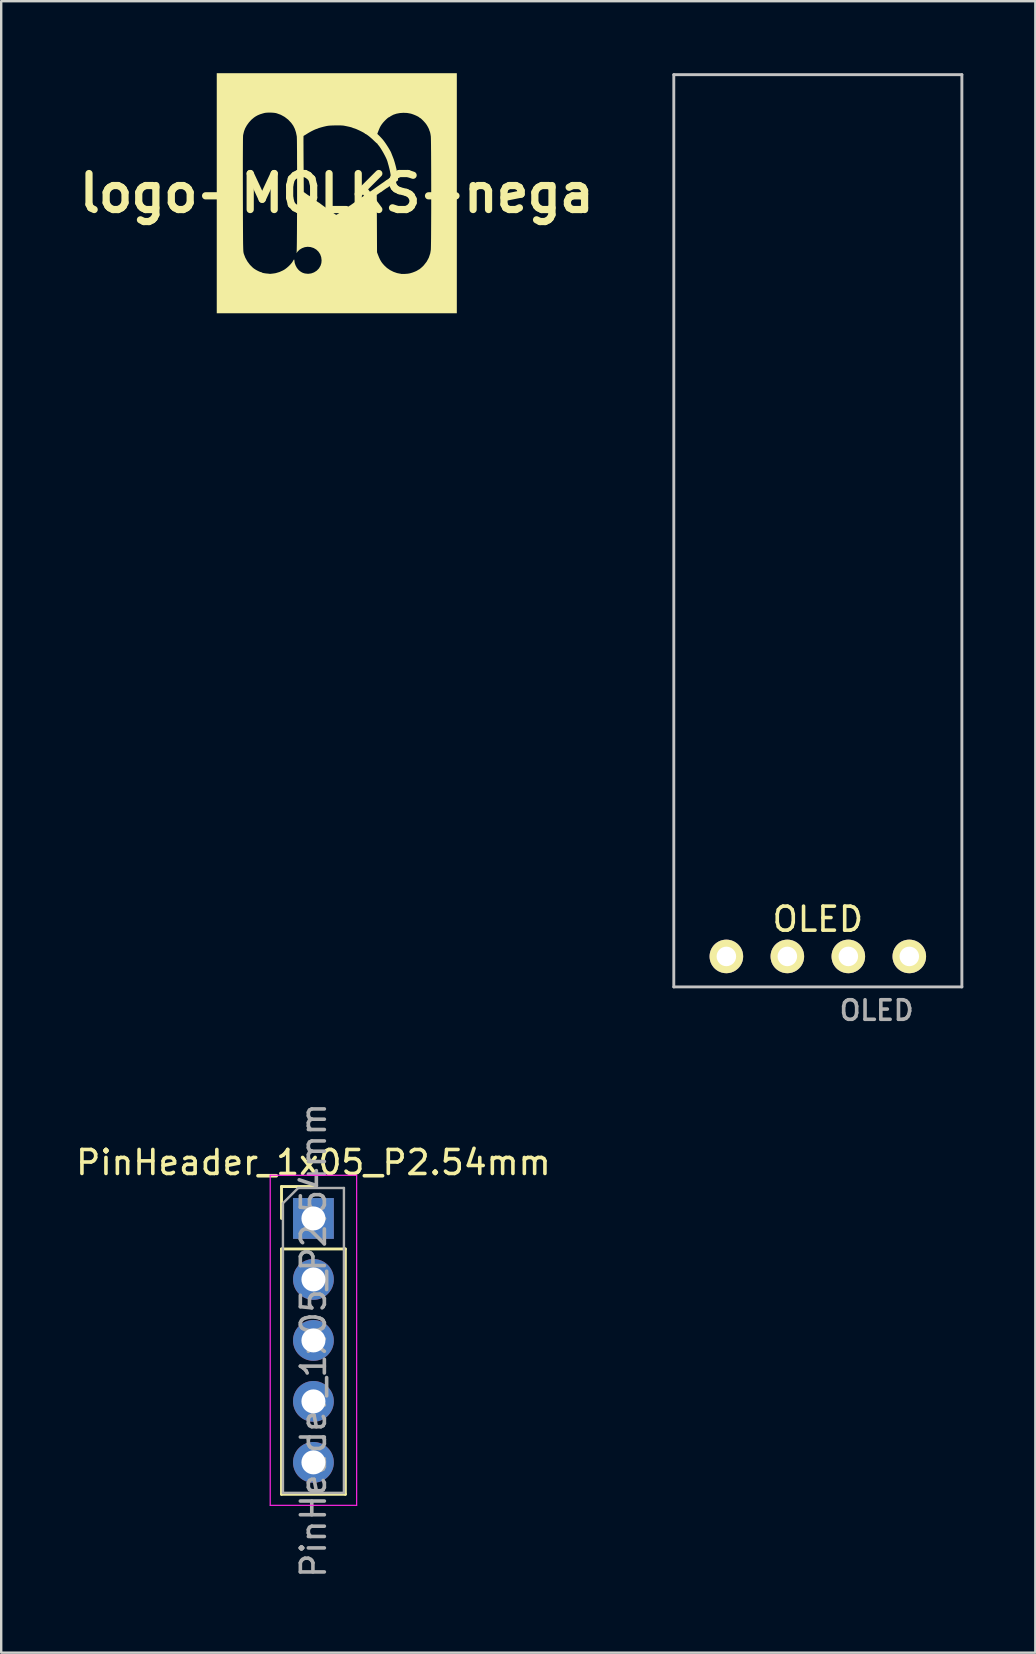
<source format=kicad_pcb>
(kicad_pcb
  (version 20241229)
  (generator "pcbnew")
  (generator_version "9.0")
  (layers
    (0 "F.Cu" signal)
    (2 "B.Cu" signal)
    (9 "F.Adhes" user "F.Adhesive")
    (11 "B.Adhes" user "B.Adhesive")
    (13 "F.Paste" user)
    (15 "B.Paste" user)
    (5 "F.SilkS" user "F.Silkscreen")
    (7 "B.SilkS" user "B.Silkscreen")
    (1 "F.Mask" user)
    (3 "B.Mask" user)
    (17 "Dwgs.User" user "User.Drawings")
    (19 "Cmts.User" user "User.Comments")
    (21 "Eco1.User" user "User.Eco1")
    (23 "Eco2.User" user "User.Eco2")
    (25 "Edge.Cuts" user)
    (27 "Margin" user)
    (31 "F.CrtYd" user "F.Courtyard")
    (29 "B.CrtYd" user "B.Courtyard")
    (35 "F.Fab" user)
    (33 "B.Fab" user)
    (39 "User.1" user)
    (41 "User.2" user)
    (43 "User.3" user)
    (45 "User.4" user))
  (footprint "OLED"
    (layer "F.Cu")
    (at 31.017 36.79)
    (property "Reference" "OLED" (at 2.45 2.25 180) (layer "F.Fab") (effects (font (size 0.813 0.813) (thickness 0.15))))
    (attr through_hole)
    (fp_line (start -6 -36.73) (end 6 -36.73) (stroke (width 0.12) (type solid)) (layer "Dwgs.User"))
    (fp_line (start -6 1.27) (end -6 -36.73) (stroke (width 0.12) (type solid)) (layer "Dwgs.User"))
    (fp_line (start -6 1.27) (end 6 1.27) (stroke (width 0.12) (type solid)) (layer "Dwgs.User"))
    (fp_line (start 6 -36.73) (end 6 1.27) (stroke (width 0.12) (type solid)) (layer "Dwgs.User"))
    (fp_text user "OLED" (at 0 -1.55 0) (layer "F.SilkS") (effects (font (size 1 1) (thickness 0.15))))
    (pad "1" thru_hole circle (at -3.81 0) (size 1.397 1.397) (drill 0.813) (layers "*.Cu" "B.Mask" "F.SilkS"))
    (pad "2" thru_hole circle (at -1.27 0) (size 1.397 1.397) (drill 0.813) (layers "*.Cu" "B.Mask" "F.SilkS"))
    (pad "3" thru_hole circle (at 1.27 0) (size 1.397 1.397) (drill 0.813) (layers "*.Cu" "B.Mask" "F.SilkS"))
    (pad "4" thru_hole circle (at 3.81 0) (size 1.397 1.397) (drill 0.813) (layers "*.Cu" "B.Mask" "F.SilkS")))
  (footprint "logo-MOLKS-nega"
    (layer "F.Cu")
    (at 10.979 5)
    (property "Reference" "logo-MOLKS-nega" (at 0 0 0) (layer "F.SilkS") (effects (font (size 1.5 1.5) (thickness 0.3))))
    (attr board_only exclude_from_pos_files exclude_from_bom)
    (fp_poly (pts (xy 5 0) (xy 5 5) (xy 0 5) (xy -5 5) (xy -5 0) (xy -5 -0.816) (xy -3.913 -0.816) (xy -3.913 -0.507) (xy -3.912 -0.176) (xy -3.912 0.025) (xy -3.911 0.354) (xy -3.91 0.651) (xy -3.91 0.919) (xy -3.909 1.158) (xy -3.908 1.37) (xy -3.907 1.558) (xy -3.906 1.723) (xy -3.905 1.866) (xy -3.904 1.989) (xy -3.903 2.094) (xy -3.901 2.182) (xy -3.899 2.256) (xy -3.897 2.317) (xy -3.895 2.366) (xy -3.893 2.406) (xy -3.89 2.438) (xy -3.886 2.463) (xy -3.883 2.484) (xy -3.878 2.502) (xy -3.874 2.519) (xy -3.872 2.525) (xy -3.811 2.685) (xy -3.724 2.84) (xy -3.618 2.981) (xy -3.498 3.1) (xy -3.45 3.138) (xy -3.398 3.172) (xy -3.335 3.209) (xy -3.271 3.242) (xy -3.214 3.268) (xy -3.174 3.282) (xy -3.164 3.283) (xy -3.134 3.291) (xy -3.126 3.298) (xy -3.1 3.313) (xy -3.041 3.327) (xy -2.952 3.34) (xy -2.9 3.345) (xy -2.844 3.35) (xy -2.804 3.355) (xy -2.788 3.358) (xy -2.77 3.357) (xy -2.73 3.353) (xy -2.677 3.347) (xy -2.621 3.34) (xy -2.571 3.332) (xy -2.542 3.327) (xy -2.386 3.28) (xy -2.239 3.213) (xy -2.161 3.167) (xy -2.081 3.106) (xy -2 3.035) (xy -1.926 2.96) (xy -1.866 2.887) (xy -1.826 2.825) (xy -1.825 2.822) (xy -1.799 2.775) (xy -1.78 2.759) (xy -1.769 2.775) (xy -1.766 2.803) (xy -1.753 2.904) (xy -1.715 3.01) (xy -1.66 3.111) (xy -1.591 3.195) (xy -1.561 3.223) (xy -1.493 3.274) (xy -1.432 3.308) (xy -1.365 3.332) (xy -1.32 3.343) (xy -1.195 3.356) (xy -1.068 3.34) (xy -0.947 3.296) (xy -0.838 3.227) (xy -0.749 3.137) (xy -0.739 3.123) (xy -0.677 3.017) (xy -0.643 2.909) (xy -0.633 2.795) (xy -0.649 2.661) (xy -0.693 2.539) (xy -0.763 2.433) (xy -0.854 2.346) (xy -0.964 2.281) (xy -1.09 2.241) (xy -1.216 2.23) (xy -1.334 2.246) (xy -1.448 2.288) (xy -1.551 2.351) (xy -1.634 2.431) (xy -1.665 2.475) (xy -1.677 2.493) (xy -1.679 2.484) (xy -1.673 2.45) (xy -1.671 2.423) (xy -1.669 2.365) (xy -1.667 2.278) (xy -1.665 2.165) (xy -1.663 2.028) (xy -1.662 1.869) (xy -1.66 1.691) (xy -1.659 1.496) (xy -1.658 1.286) (xy -1.657 1.064) (xy -1.656 0.832) (xy -1.655 0.593) (xy -1.654 0.348) (xy -1.654 0.1) (xy -1.654 -0.148) (xy -1.654 -0.395) (xy -1.654 -0.637) (xy -1.654 -0.873) (xy -1.654 -1.1) (xy -1.655 -1.317) (xy -1.656 -1.519) (xy -1.656 -1.706) (xy -1.658 -1.875) (xy -1.659 -2.024) (xy -1.66 -2.128) (xy -1.388 -2.128) (xy -1.387 -2.002) (xy -1.387 -1.857) (xy -1.386 -1.695) (xy -1.385 -1.518) (xy -1.384 -1.331) (xy -1.383 -1.205) (xy -1.375 -0.051) (xy -1.271 0.024) (xy -1.221 0.06) (xy -1.181 0.087) (xy -1.159 0.1) (xy -1.158 0.1) (xy -1.139 0.109) (xy -1.128 0.117) (xy -1.101 0.139) (xy -1.056 0.173) (xy -1 0.214) (xy -0.938 0.259) (xy -0.878 0.302) (xy -0.824 0.341) (xy -0.782 0.369) (xy -0.76 0.383) (xy -0.758 0.383) (xy -0.739 0.393) (xy -0.728 0.401) (xy -0.701 0.422) (xy -0.656 0.456) (xy -0.6 0.498) (xy -0.538 0.542) (xy -0.478 0.586) (xy -0.424 0.624) (xy -0.382 0.652) (xy -0.36 0.666) (xy -0.358 0.667) (xy -0.339 0.676) (xy -0.328 0.684) (xy -0.293 0.712) (xy -0.244 0.75) (xy -0.187 0.791) (xy -0.13 0.831) (xy -0.08 0.866) (xy -0.042 0.89) (xy -0.025 0.899) (xy -0.004 0.891) (xy 0.036 0.868) (xy 0.083 0.838) (xy 0.131 0.804) (xy 0.166 0.777) (xy 0.181 0.762) (xy 0.2 0.75) (xy 0.202 0.75) (xy 0.22 0.741) (xy 0.258 0.717) (xy 0.309 0.682) (xy 0.367 0.642) (xy 0.424 0.601) (xy 0.474 0.564) (xy 0.509 0.536) (xy 0.512 0.534) (xy 0.535 0.519) (xy 0.542 0.517) (xy 0.559 0.507) (xy 0.596 0.482) (xy 0.646 0.446) (xy 0.676 0.425) (xy 0.731 0.385) (xy 0.775 0.354) (xy 0.803 0.336) (xy 0.808 0.333) (xy 0.824 0.324) (xy 0.862 0.299) (xy 0.914 0.261) (xy 0.975 0.217) (xy 1.037 0.171) (xy 1.09 0.134) (xy 1.127 0.109) (xy 1.142 0.1) (xy 1.159 0.091) (xy 1.188 0.071) (xy 1.665 0.071) (xy 1.671 1.265) (xy 1.676 2.458) (xy 1.72 2.575) (xy 1.765 2.686) (xy 1.807 2.774) (xy 1.851 2.849) (xy 1.858 2.859) (xy 1.879 2.89) (xy 1.899 2.916) (xy 1.925 2.947) (xy 1.964 2.991) (xy 1.98 3.009) (xy 2.089 3.111) (xy 2.22 3.201) (xy 2.364 3.274) (xy 2.511 3.325) (xy 2.605 3.344) (xy 2.65 3.351) (xy 2.678 3.358) (xy 2.682 3.36) (xy 2.7 3.362) (xy 2.745 3.362) (xy 2.807 3.361) (xy 2.851 3.359) (xy 2.958 3.351) (xy 3.049 3.335) (xy 3.145 3.306) (xy 3.161 3.301) (xy 3.232 3.274) (xy 3.296 3.247) (xy 3.342 3.224) (xy 3.353 3.217) (xy 3.387 3.194) (xy 3.409 3.183) (xy 3.409 3.183) (xy 3.431 3.173) (xy 3.47 3.144) (xy 3.517 3.104) (xy 3.568 3.059) (xy 3.614 3.013) (xy 3.622 3.004) (xy 3.743 2.85) (xy 3.833 2.683) (xy 3.893 2.503) (xy 3.917 2.359) (xy 3.919 2.319) (xy 3.921 2.249) (xy 3.923 2.151) (xy 3.925 2.027) (xy 3.927 1.879) (xy 3.928 1.71) (xy 3.929 1.523) (xy 3.93 1.32) (xy 3.931 1.102) (xy 3.932 0.874) (xy 3.933 0.637) (xy 3.933 0.393) (xy 3.933 0.146) (xy 3.933 -0.103) (xy 3.933 -0.351) (xy 3.932 -0.596) (xy 3.932 -0.835) (xy 3.931 -1.065) (xy 3.93 -1.285) (xy 3.929 -1.492) (xy 3.928 -1.683) (xy 3.926 -1.857) (xy 3.925 -2.009) (xy 3.923 -2.139) (xy 3.921 -2.244) (xy 3.919 -2.321) (xy 3.917 -2.367) (xy 3.916 -2.374) (xy 3.905 -2.448) (xy 3.892 -2.514) (xy 3.879 -2.562) (xy 3.874 -2.573) (xy 3.857 -2.612) (xy 3.85 -2.64) (xy 3.85 -2.64) (xy 3.842 -2.667) (xy 3.82 -2.713) (xy 3.79 -2.771) (xy 3.755 -2.831) (xy 3.725 -2.876) (xy 3.693 -2.919) (xy 3.648 -2.97) (xy 3.599 -3.023) (xy 3.55 -3.071) (xy 3.509 -3.109) (xy 3.48 -3.131) (xy 3.472 -3.133) (xy 3.45 -3.144) (xy 3.447 -3.148) (xy 3.427 -3.168) (xy 3.382 -3.195) (xy 3.321 -3.226) (xy 3.249 -3.258) (xy 3.174 -3.287) (xy 3.104 -3.311) (xy 3.078 -3.318) (xy 2.933 -3.344) (xy 2.78 -3.351) (xy 2.629 -3.341) (xy 2.485 -3.314) (xy 2.356 -3.271) (xy 2.249 -3.213) (xy 2.239 -3.206) (xy 2.202 -3.181) (xy 2.177 -3.167) (xy 2.174 -3.167) (xy 2.149 -3.155) (xy 2.109 -3.124) (xy 2.058 -3.078) (xy 2.003 -3.024) (xy 1.949 -2.966) (xy 1.922 -2.935) (xy 1.869 -2.866) (xy 1.825 -2.799) (xy 1.787 -2.726) (xy 1.749 -2.635) (xy 1.725 -2.574) (xy 1.687 -2.473) (xy 1.773 -2.39) (xy 1.829 -2.332) (xy 1.888 -2.268) (xy 1.926 -2.224) (xy 1.975 -2.16) (xy 2.031 -2.081) (xy 2.089 -1.994) (xy 2.145 -1.906) (xy 2.195 -1.822) (xy 2.236 -1.75) (xy 2.263 -1.694) (xy 2.271 -1.675) (xy 2.282 -1.644) (xy 2.302 -1.593) (xy 2.327 -1.531) (xy 2.333 -1.517) (xy 2.375 -1.407) (xy 2.416 -1.274) (xy 2.456 -1.127) (xy 2.491 -0.978) (xy 2.519 -0.835) (xy 2.538 -0.71) (xy 2.541 -0.674) (xy 2.553 -0.54) (xy 2.481 -0.491) (xy 2.439 -0.461) (xy 2.41 -0.437) (xy 2.403 -0.429) (xy 2.384 -0.417) (xy 2.378 -0.416) (xy 2.357 -0.407) (xy 2.318 -0.382) (xy 2.267 -0.348) (xy 2.213 -0.309) (xy 2.163 -0.271) (xy 2.138 -0.25) (xy 2.115 -0.235) (xy 2.109 -0.233) (xy 2.092 -0.224) (xy 2.057 -0.201) (xy 2.01 -0.169) (xy 1.959 -0.133) (xy 1.913 -0.1) (xy 1.879 -0.073) (xy 1.872 -0.067) (xy 1.849 -0.052) (xy 1.842 -0.05) (xy 1.825 -0.041) (xy 1.789 -0.018) (xy 1.749 0.01) (xy 1.665 0.071) (xy 1.188 0.071) (xy 1.196 0.066) (xy 1.246 0.03) (xy 1.276 0.008) (xy 1.331 -0.032) (xy 1.375 -0.063) (xy 1.403 -0.081) (xy 1.408 -0.083) (xy 1.424 -0.093) (xy 1.461 -0.118) (xy 1.515 -0.155) (xy 1.579 -0.201) (xy 1.584 -0.204) (xy 1.665 -0.263) (xy 1.754 -0.325) (xy 1.837 -0.383) (xy 1.885 -0.417) (xy 1.946 -0.458) (xy 1.997 -0.495) (xy 2.032 -0.521) (xy 2.042 -0.529) (xy 2.066 -0.547) (xy 2.074 -0.55) (xy 2.091 -0.559) (xy 2.127 -0.582) (xy 2.169 -0.611) (xy 2.254 -0.673) (xy 2.243 -0.763) (xy 2.231 -0.838) (xy 2.212 -0.934) (xy 2.186 -1.043) (xy 2.158 -1.153) (xy 2.142 -1.208) (xy 2.126 -1.266) (xy 2.112 -1.316) (xy 2.107 -1.333) (xy 2.085 -1.395) (xy 2.049 -1.476) (xy 2.002 -1.57) (xy 1.949 -1.669) (xy 1.892 -1.768) (xy 1.836 -1.859) (xy 1.785 -1.936) (xy 1.743 -1.992) (xy 1.73 -2.005) (xy 1.707 -2.033) (xy 1.7 -2.051) (xy 1.689 -2.066) (xy 1.687 -2.067) (xy 1.67 -2.078) (xy 1.635 -2.108) (xy 1.588 -2.152) (xy 1.541 -2.197) (xy 1.474 -2.261) (xy 1.404 -2.322) (xy 1.337 -2.378) (xy 1.277 -2.423) (xy 1.231 -2.454) (xy 1.204 -2.467) (xy 1.203 -2.467) (xy 1.18 -2.478) (xy 1.168 -2.49) (xy 1.143 -2.509) (xy 1.095 -2.537) (xy 1.03 -2.571) (xy 0.957 -2.607) (xy 0.881 -2.642) (xy 0.812 -2.673) (xy 0.755 -2.695) (xy 0.733 -2.701) (xy 0.685 -2.716) (xy 0.65 -2.73) (xy 0.642 -2.734) (xy 0.617 -2.744) (xy 0.563 -2.758) (xy 0.487 -2.776) (xy 0.393 -2.796) (xy 0.292 -2.816) (xy 0.247 -2.821) (xy 0.176 -2.825) (xy 0.088 -2.827) (xy -0.011 -2.827) (xy -0.075 -2.826) (xy -0.186 -2.823) (xy -0.273 -2.819) (xy -0.345 -2.813) (xy -0.412 -2.803) (xy -0.482 -2.788) (xy -0.565 -2.768) (xy -0.567 -2.767) (xy -0.646 -2.746) (xy -0.715 -2.726) (xy -0.765 -2.71) (xy -0.79 -2.699) (xy -0.791 -2.698) (xy -0.821 -2.684) (xy -0.828 -2.683) (xy -0.858 -2.675) (xy -0.909 -2.654) (xy -0.976 -2.623) (xy -1.05 -2.586) (xy -1.125 -2.545) (xy -1.194 -2.505) (xy -1.243 -2.474) (xy -1.297 -2.44) (xy -1.34 -2.414) (xy -1.365 -2.401) (xy -1.367 -2.4) (xy -1.383 -2.387) (xy -1.386 -2.379) (xy -1.387 -2.359) (xy -1.387 -2.309) (xy -1.388 -2.231) (xy -1.388 -2.128) (xy -1.66 -2.128) (xy -1.66 -2.149) (xy -1.662 -2.25) (xy -1.664 -2.323) (xy -1.666 -2.366) (xy -1.667 -2.375) (xy -1.702 -2.542) (xy -1.75 -2.686) (xy -1.814 -2.814) (xy -1.898 -2.932) (xy -2.025 -3.066) (xy -2.172 -3.18) (xy -2.333 -3.269) (xy -2.502 -3.33) (xy -2.542 -3.34) (xy -2.614 -3.351) (xy -2.705 -3.358) (xy -2.801 -3.36) (xy -2.894 -3.358) (xy -2.973 -3.351) (xy -3.017 -3.343) (xy -3.055 -3.332) (xy -3.075 -3.327) (xy -3.195 -3.29) (xy -3.293 -3.249) (xy -3.383 -3.199) (xy -3.45 -3.153) (xy -3.558 -3.062) (xy -3.658 -2.952) (xy -3.746 -2.831) (xy -3.816 -2.706) (xy -3.862 -2.587) (xy -3.867 -2.567) (xy -3.883 -2.502) (xy -3.898 -2.438) (xy -3.901 -2.425) (xy -3.904 -2.399) (xy -3.906 -2.34) (xy -3.908 -2.249) (xy -3.909 -2.129) (xy -3.91 -1.978) (xy -3.911 -1.799) (xy -3.912 -1.593) (xy -3.913 -1.359) (xy -3.913 -1.1) (xy -3.913 -0.816) (xy -5 -0.816) (xy -5 -5) (xy 0 -5) (xy 5 -5)) (stroke (width 0) (type solid)) (fill yes) (layer "F.SilkS")))
  (footprint "PinHeader_1x05_P2.54mm"
    (layer "F.Cu")
    (at 10.006 47.705)
    (property "Reference" "PinHeader_1x05_P2.54mm" (at 0 -2.33 0) (layer "F.SilkS") (effects (font (size 1 1) (thickness 0.15))))
    (attr through_hole)
    (fp_line (start -1.33 -1.33) (end 0 -1.33) (stroke (width 0.12) (type solid)) (layer "F.SilkS"))
    (fp_line (start -1.33 0) (end -1.33 -1.33) (stroke (width 0.12) (type solid)) (layer "F.SilkS"))
    (fp_line (start -1.33 1.27) (end -1.33 11.49) (stroke (width 0.12) (type solid)) (layer "F.SilkS"))
    (fp_line (start -1.33 1.27) (end 1.33 1.27) (stroke (width 0.12) (type solid)) (layer "F.SilkS"))
    (fp_line (start -1.33 11.49) (end 1.33 11.49) (stroke (width 0.12) (type solid)) (layer "F.SilkS"))
    (fp_line (start 1.33 1.27) (end 1.33 11.49) (stroke (width 0.12) (type solid)) (layer "F.SilkS"))
    (fp_line (start -1.8 -1.8) (end -1.8 11.95) (stroke (width 0.05) (type solid)) (layer "F.CrtYd"))
    (fp_line (start -1.8 11.95) (end 1.8 11.95) (stroke (width 0.05) (type solid)) (layer "F.CrtYd"))
    (fp_line (start 1.8 -1.8) (end -1.8 -1.8) (stroke (width 0.05) (type solid)) (layer "F.CrtYd"))
    (fp_line (start 1.8 11.95) (end 1.8 -1.8) (stroke (width 0.05) (type solid)) (layer "F.CrtYd"))
    (fp_line (start -1.27 -0.635) (end -0.635 -1.27) (stroke (width 0.1) (type solid)) (layer "F.Fab"))
    (fp_line (start -1.27 11.43) (end -1.27 -0.635) (stroke (width 0.1) (type solid)) (layer "F.Fab"))
    (fp_line (start -0.635 -1.27) (end 1.27 -1.27) (stroke (width 0.1) (type solid)) (layer "F.Fab"))
    (fp_line (start 1.27 -1.27) (end 1.27 11.43) (stroke (width 0.1) (type solid)) (layer "F.Fab"))
    (fp_line (start 1.27 11.43) (end -1.27 11.43) (stroke (width 0.1) (type solid)) (layer "F.Fab"))
    (fp_text user "${REFERENCE}" (at 0 5.08 90) (layer "F.Fab") (effects (font (size 1 1) (thickness 0.15))))
    (pad "1" thru_hole rect (at 0 0) (size 1.7 1.7) (drill 1) (layers "*.Cu" "*.Mask"))
    (pad "2" thru_hole oval (at 0 2.54) (size 1.7 1.7) (drill 1) (layers "*.Cu" "*.Mask"))
    (pad "3" thru_hole oval (at 0 5.08) (size 1.7 1.7) (drill 1) (layers "*.Cu" "*.Mask"))
    (pad "4" thru_hole oval (at 0 7.62) (size 1.7 1.7) (drill 1) (layers "*.Cu" "*.Mask"))
    (pad "5" thru_hole oval (at 0 10.16) (size 1.7 1.7) (drill 1) (layers "*.Cu" "*.Mask")))
  (gr_rect
    (start -3 -3)
    (end 40.077 65.791)
    (stroke (width 0.1) (type default))
    (fill no)
    (layer "Edge.Cuts")))
</source>
